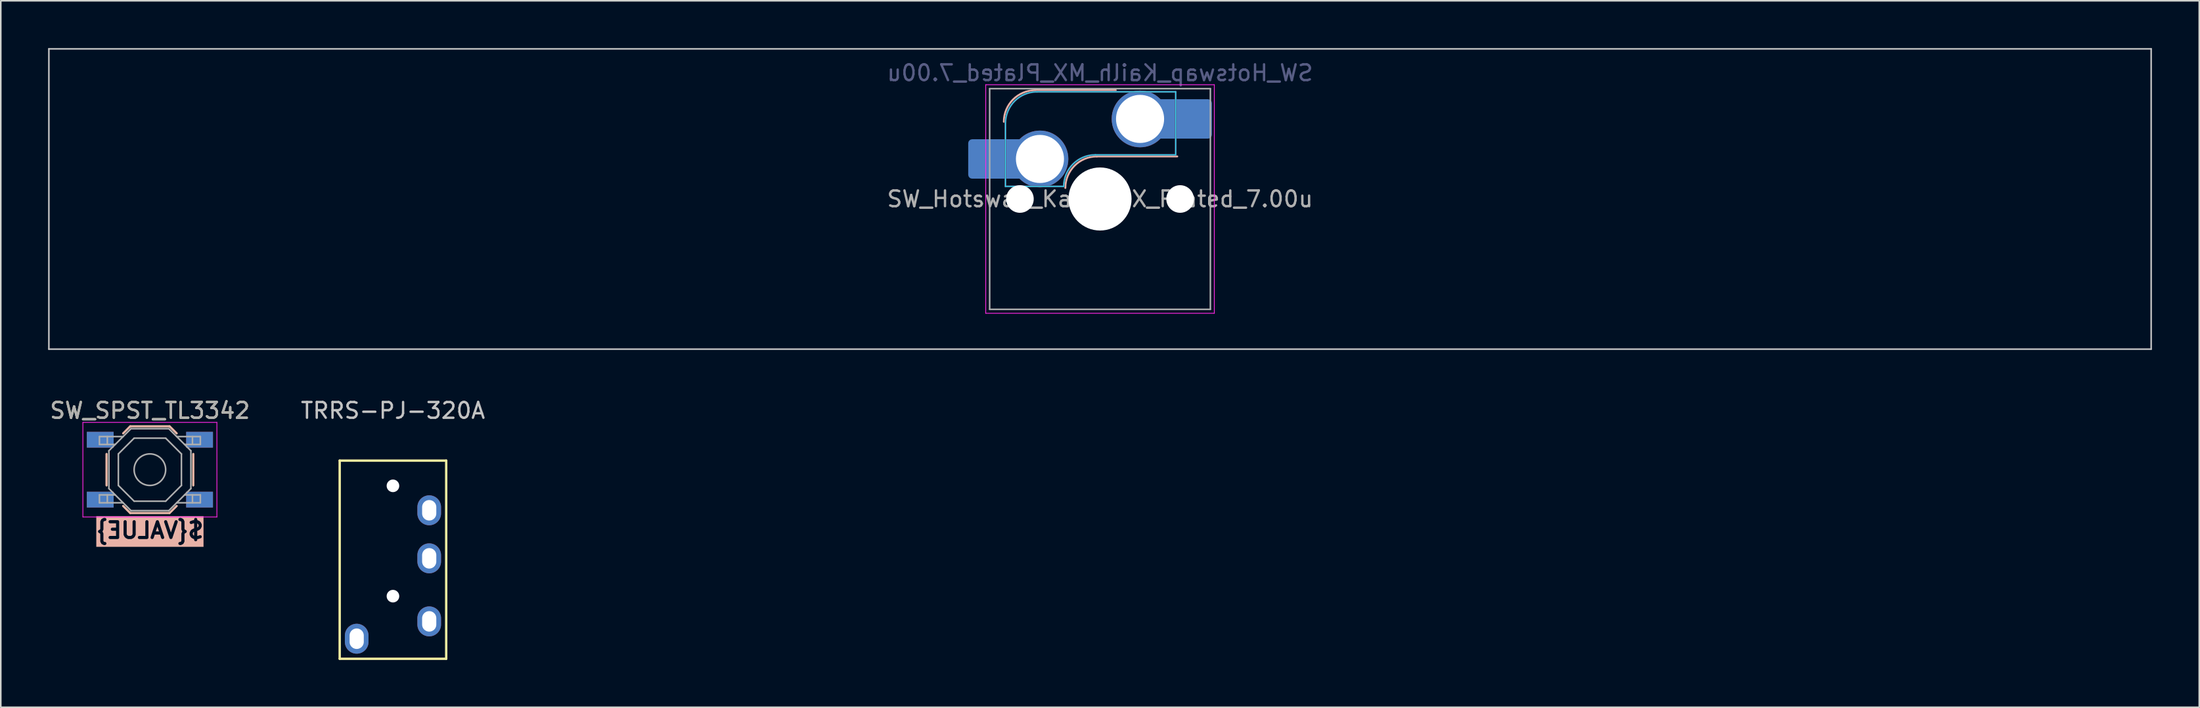
<source format=kicad_pcb>
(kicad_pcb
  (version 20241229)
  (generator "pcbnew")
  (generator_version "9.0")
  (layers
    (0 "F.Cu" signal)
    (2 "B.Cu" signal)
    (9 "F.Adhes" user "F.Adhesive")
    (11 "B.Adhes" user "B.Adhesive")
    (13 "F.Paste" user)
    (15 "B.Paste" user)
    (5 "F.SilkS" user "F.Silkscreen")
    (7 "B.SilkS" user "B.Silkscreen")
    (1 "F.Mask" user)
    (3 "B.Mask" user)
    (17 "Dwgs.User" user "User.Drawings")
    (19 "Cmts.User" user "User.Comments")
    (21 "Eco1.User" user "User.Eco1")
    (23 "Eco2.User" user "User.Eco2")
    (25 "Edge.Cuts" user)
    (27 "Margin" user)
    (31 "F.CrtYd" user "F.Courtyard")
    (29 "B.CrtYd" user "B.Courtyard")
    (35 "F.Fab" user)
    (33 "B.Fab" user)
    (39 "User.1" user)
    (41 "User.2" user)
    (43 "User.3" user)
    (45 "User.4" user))
  (footprint "TRRS-PJ-320A"
    (layer "F.Cu")
    (at 21.875 26.173)
    (property "Reference" "TRRS-PJ-320A" (at 0 -3.175 0) (layer "Dwgs.User") (effects (font (size 1 1) (thickness 0.15))))
    (attr through_hole)
    (fp_line (start -3.378 0) (end -3.378 12.573) (stroke (width 0.15) (type solid)) (layer "F.SilkS"))
    (fp_line (start -3.378 0) (end 3.378 0) (stroke (width 0.15) (type default)) (layer "F.SilkS"))
    (fp_line (start 3.378 0) (end 3.378 12.573) (stroke (width 0.15) (type solid)) (layer "F.SilkS"))
    (fp_line (start 3.378 12.573) (end -3.378 12.573) (stroke (width 0.15) (type solid)) (layer "F.SilkS"))
    (pad "" np_thru_hole circle (at 0 1.6) (size 0.8 0.8) (drill 0.8) (layers "*.Cu" "*.Mask"))
    (pad "" np_thru_hole circle (at 0 8.6) (size 0.8 0.8) (drill 0.8) (layers "*.Cu" "*.Mask"))
    (pad "1" thru_hole oval (at 2.3 10.2) (size 1.5 1.9) (drill oval 0.9 1.3) (layers "*.Cu" "B.Mask"))
    (pad "2" thru_hole oval (at 2.3 3.152) (size 1.5 1.9) (drill oval 0.9 1.3) (layers "*.Cu" "B.Mask"))
    (pad "3" thru_hole oval (at 2.3 6.2) (size 1.5 1.9) (drill oval 0.9 1.3) (layers "*.Cu" "B.Mask"))
    (pad "4" thru_hole oval (at -2.3 11.3) (size 1.5 1.9) (drill oval 0.9 1.3) (layers "*.Cu" "B.Mask")))
  (footprint "SW_Hotswap_Kailh_MX_Plated_7.00u"
    (layer "F.Cu")
    (at 66.725 9.575)
    (property "Reference" "SW_Hotswap_Kailh_MX_Plated_7.00u" (at 0 -8 0) (layer "B.Fab") (effects (font (size 1 1) (thickness 0.15)) (justify mirror)))
    (attr smd)
    (fp_line (start -4.1 -6.9) (end 1 -6.9) (stroke (width 0.12) (type solid)) (layer "B.SilkS"))
    (fp_line (start -0.2 -2.7) (end 4.9 -2.7) (stroke (width 0.12) (type solid)) (layer "B.SilkS"))
    (fp_arc (start -6.1 -4.9) (mid -5.514214 -6.314214) (end -4.1 -6.9) (stroke (width 0.12) (type solid)) (layer "B.SilkS"))
    (fp_arc (start -2.2 -0.7) (mid -1.614214 -2.114214) (end -0.2 -2.7) (stroke (width 0.12) (type solid)) (layer "B.SilkS"))
    (fp_line (start -66.675 -9.525) (end -66.675 9.525) (stroke (width 0.1) (type solid)) (layer "Dwgs.User"))
    (fp_line (start -66.675 9.525) (end 66.675 9.525) (stroke (width 0.1) (type solid)) (layer "Dwgs.User"))
    (fp_line (start 66.675 -9.525) (end -66.675 -9.525) (stroke (width 0.1) (type solid)) (layer "Dwgs.User"))
    (fp_line (start 66.675 9.525) (end 66.675 -9.525) (stroke (width 0.1) (type solid)) (layer "Dwgs.User"))
    (fp_line (start -7.8 -6) (end -7 -6) (stroke (width 0.1) (type solid)) (layer "Eco1.User"))
    (fp_line (start -7.8 -2.9) (end -7.8 -6) (stroke (width 0.1) (type solid)) (layer "Eco1.User"))
    (fp_line (start -7.8 2.9) (end -7 2.9) (stroke (width 0.1) (type solid)) (layer "Eco1.User"))
    (fp_line (start -7.8 6) (end -7.8 2.9) (stroke (width 0.1) (type solid)) (layer "Eco1.User"))
    (fp_line (start -7 -7) (end 7 -7) (stroke (width 0.1) (type solid)) (layer "Eco1.User"))
    (fp_line (start -7 -6) (end -7 -7) (stroke (width 0.1) (type solid)) (layer "Eco1.User"))
    (fp_line (start -7 -2.9) (end -7.8 -2.9) (stroke (width 0.1) (type solid)) (layer "Eco1.User"))
    (fp_line (start -7 2.9) (end -7 -2.9) (stroke (width 0.1) (type solid)) (layer "Eco1.User"))
    (fp_line (start -7 6) (end -7.8 6) (stroke (width 0.1) (type solid)) (layer "Eco1.User"))
    (fp_line (start -7 7) (end -7 6) (stroke (width 0.1) (type solid)) (layer "Eco1.User"))
    (fp_line (start 7 -7) (end 7 -6) (stroke (width 0.1) (type solid)) (layer "Eco1.User"))
    (fp_line (start 7 -6) (end 7.8 -6) (stroke (width 0.1) (type solid)) (layer "Eco1.User"))
    (fp_line (start 7 -2.9) (end 7 2.9) (stroke (width 0.1) (type solid)) (layer "Eco1.User"))
    (fp_line (start 7 2.9) (end 7.8 2.9) (stroke (width 0.1) (type solid)) (layer "Eco1.User"))
    (fp_line (start 7 6) (end 7 7) (stroke (width 0.1) (type solid)) (layer "Eco1.User"))
    (fp_line (start 7 7) (end -7 7) (stroke (width 0.1) (type solid)) (layer "Eco1.User"))
    (fp_line (start 7.8 -6) (end 7.8 -2.9) (stroke (width 0.1) (type solid)) (layer "Eco1.User"))
    (fp_line (start 7.8 -2.9) (end 7 -2.9) (stroke (width 0.1) (type solid)) (layer "Eco1.User"))
    (fp_line (start 7.8 2.9) (end 7.8 6) (stroke (width 0.1) (type solid)) (layer "Eco1.User"))
    (fp_line (start 7.8 6) (end 7 6) (stroke (width 0.1) (type solid)) (layer "Eco1.User"))
    (fp_line (start -6 -0.8) (end -6 -4.8) (stroke (width 0.05) (type solid)) (layer "B.CrtYd"))
    (fp_line (start -6 -0.8) (end -2.3 -0.8) (stroke (width 0.05) (type solid)) (layer "B.CrtYd"))
    (fp_line (start -4 -6.8) (end 4.8 -6.8) (stroke (width 0.05) (type solid)) (layer "B.CrtYd"))
    (fp_line (start -0.3 -2.8) (end 4.8 -2.8) (stroke (width 0.05) (type solid)) (layer "B.CrtYd"))
    (fp_line (start 4.8 -6.8) (end 4.8 -2.8) (stroke (width 0.05) (type solid)) (layer "B.CrtYd"))
    (fp_arc (start -6 -4.8) (mid -5.414214 -6.214214) (end -4 -6.8) (stroke (width 0.05) (type solid)) (layer "B.CrtYd"))
    (fp_arc (start -2.3 -0.8) (mid -1.714214 -2.214214) (end -0.3 -2.8) (stroke (width 0.05) (type solid)) (layer "B.CrtYd"))
    (fp_line (start -7.25 -7.25) (end -7.25 7.25) (stroke (width 0.05) (type solid)) (layer "F.CrtYd"))
    (fp_line (start -7.25 7.25) (end 7.25 7.25) (stroke (width 0.05) (type solid)) (layer "F.CrtYd"))
    (fp_line (start 7.25 -7.25) (end -7.25 -7.25) (stroke (width 0.05) (type solid)) (layer "F.CrtYd"))
    (fp_line (start 7.25 7.25) (end 7.25 -7.25) (stroke (width 0.05) (type solid)) (layer "F.CrtYd"))
    (fp_line (start -6 -0.8) (end -6 -4.8) (stroke (width 0.12) (type solid)) (layer "B.Fab"))
    (fp_line (start -6 -0.8) (end -2.3 -0.8) (stroke (width 0.12) (type solid)) (layer "B.Fab"))
    (fp_line (start -4 -6.8) (end 4.8 -6.8) (stroke (width 0.12) (type solid)) (layer "B.Fab"))
    (fp_line (start -0.3 -2.8) (end 4.8 -2.8) (stroke (width 0.12) (type solid)) (layer "B.Fab"))
    (fp_line (start 4.8 -6.8) (end 4.8 -2.8) (stroke (width 0.12) (type solid)) (layer "B.Fab"))
    (fp_arc (start -6 -4.8) (mid -5.414214 -6.214214) (end -4 -6.8) (stroke (width 0.12) (type solid)) (layer "B.Fab"))
    (fp_arc (start -2.3 -0.8) (mid -1.714214 -2.214214) (end -0.3 -2.8) (stroke (width 0.12) (type solid)) (layer "B.Fab"))
    (fp_line (start -7 -7) (end -7 7) (stroke (width 0.1) (type solid)) (layer "F.Fab"))
    (fp_line (start -7 7) (end 7 7) (stroke (width 0.1) (type solid)) (layer "F.Fab"))
    (fp_line (start 7 -7) (end -7 -7) (stroke (width 0.1) (type solid)) (layer "F.Fab"))
    (fp_line (start 7 7) (end 7 -7) (stroke (width 0.1) (type solid)) (layer "F.Fab"))
    (fp_text user "${REFERENCE}" (at 0 0 0) (layer "F.Fab") (effects (font (size 1 1) (thickness 0.15))))
    (pad "" smd roundrect (at -7.085 -2.54) (size 2.55 2.5) (layers "B.Mask" "B.Paste") (roundrect_rratio 0.1))
    (pad "" np_thru_hole circle (at -5.08 0) (size 1.75 1.75) (drill 1.75) (layers "*.Cu" "*.Mask"))
    (pad "" np_thru_hole circle (at 0 0) (size 4 4) (drill 4) (layers "*.Cu" "*.Mask"))
    (pad "" np_thru_hole circle (at 5.08 0) (size 1.75 1.75) (drill 1.75) (layers "*.Cu" "*.Mask"))
    (pad "" smd roundrect (at 5.842 -5.08) (size 2.55 2.5) (layers "B.Mask" "B.Paste") (roundrect_rratio 0.1))
    (pad "1" smd roundrect (at -6.585 -2.54) (size 3.55 2.5) (layers "B.Cu") (roundrect_rratio 0.1))
    (pad "1" thru_hole circle (at -3.81 -2.54) (size 3.6 3.6) (drill 3.05) (layers "*.Cu" "*.Mask"))
    (pad "2" thru_hole circle (at 2.54 -5.08) (size 3.6 3.6) (drill 3.05) (layers "*.Cu" "*.Mask"))
    (pad "2" smd roundrect (at 5.32 -5.08) (size 3.55 2.5) (layers "B.Cu") (roundrect_rratio 0.1)))
  (footprint "SW_SPST_TL3342"
    (layer "F.Cu")
    (at 6.458 26.748)
    (property "Reference" "SW_SPST_TL3342" (at 0 -3.75 0) (layer "F.SilkS") (effects (font (size 1 1) (thickness 0.15))))
    (property "Value" "${VALUE}" (at 0 3.85 0) (layer "F.SilkS" knockout) (hide yes) (effects (font (size 1 1) (thickness 0.2) (bold yes))))
    (property "Value2" "${VALUE}" (at 0 3.85 0) (layer "B.SilkS" knockout) (effects (font (size 1 1) (thickness 0.2) (bold yes)) (justify mirror)))
    (attr smd)
    (fp_line (start -2.75 -1) (end -2.75 1) (stroke (width 0.12) (type solid)) (layer "F.SilkS"))
    (fp_line (start -1.7 -2.3) (end -1.25 -2.75) (stroke (width 0.12) (type solid)) (layer "F.SilkS"))
    (fp_line (start -1.7 2.3) (end -1.25 2.75) (stroke (width 0.12) (type solid)) (layer "F.SilkS"))
    (fp_line (start -1.25 -2.75) (end 1.25 -2.75) (stroke (width 0.12) (type solid)) (layer "F.SilkS"))
    (fp_line (start -1.25 2.75) (end 1.25 2.75) (stroke (width 0.12) (type solid)) (layer "F.SilkS"))
    (fp_line (start 1.7 -2.3) (end 1.25 -2.75) (stroke (width 0.12) (type solid)) (layer "F.SilkS"))
    (fp_line (start 1.7 2.3) (end 1.25 2.75) (stroke (width 0.12) (type solid)) (layer "F.SilkS"))
    (fp_line (start 2.75 -1) (end 2.75 1) (stroke (width 0.12) (type solid)) (layer "F.SilkS"))
    (fp_line (start -2.75 -1) (end -2.75 1) (stroke (width 0.12) (type solid)) (layer "B.SilkS"))
    (fp_line (start -1.7 -2.3) (end -1.25 -2.75) (stroke (width 0.12) (type solid)) (layer "B.SilkS"))
    (fp_line (start -1.7 2.3) (end -1.25 2.75) (stroke (width 0.12) (type solid)) (layer "B.SilkS"))
    (fp_line (start 1.25 -2.75) (end -1.25 -2.75) (stroke (width 0.12) (type solid)) (layer "B.SilkS"))
    (fp_line (start 1.25 2.75) (end -1.25 2.75) (stroke (width 0.12) (type solid)) (layer "B.SilkS"))
    (fp_line (start 1.7 -2.3) (end 1.25 -2.75) (stroke (width 0.12) (type solid)) (layer "B.SilkS"))
    (fp_line (start 1.7 2.3) (end 1.25 2.75) (stroke (width 0.12) (type solid)) (layer "B.SilkS"))
    (fp_line (start 2.75 -1) (end 2.75 1) (stroke (width 0.12) (type solid)) (layer "B.SilkS"))
    (fp_line (start -4.25 -3) (end 4.25 -3) (stroke (width 0.05) (type solid)) (layer "F.CrtYd"))
    (fp_line (start -4.25 3) (end -4.25 -3) (stroke (width 0.05) (type solid)) (layer "F.CrtYd"))
    (fp_line (start 4.25 -3) (end 4.25 3) (stroke (width 0.05) (type solid)) (layer "F.CrtYd"))
    (fp_line (start 4.25 3) (end -4.25 3) (stroke (width 0.05) (type solid)) (layer "F.CrtYd"))
    (fp_line (start -3.2 -2.1) (end -3.2 -1.6) (stroke (width 0.1) (type solid)) (layer "F.Fab"))
    (fp_line (start -3.2 -1.6) (end -2.2 -1.6) (stroke (width 0.1) (type solid)) (layer "F.Fab"))
    (fp_line (start -3.2 1.6) (end -2.2 1.6) (stroke (width 0.1) (type solid)) (layer "F.Fab"))
    (fp_line (start -3.2 2.1) (end -3.2 1.6) (stroke (width 0.1) (type solid)) (layer "F.Fab"))
    (fp_line (start -2.7 -2.1) (end -2.7 -1.6) (stroke (width 0.1) (type solid)) (layer "F.Fab"))
    (fp_line (start -2.7 2.1) (end -2.7 1.6) (stroke (width 0.1) (type solid)) (layer "F.Fab"))
    (fp_line (start -2.6 -1.2) (end -2.6 1.2) (stroke (width 0.1) (type solid)) (layer "F.Fab"))
    (fp_line (start -2.6 1.2) (end -1.2 2.6) (stroke (width 0.1) (type solid)) (layer "F.Fab"))
    (fp_line (start -2 -1) (end -1 -2) (stroke (width 0.1) (type solid)) (layer "F.Fab"))
    (fp_line (start -2 1) (end -2 -1) (stroke (width 0.1) (type solid)) (layer "F.Fab"))
    (fp_line (start -1.7 -2.1) (end -3.2 -2.1) (stroke (width 0.1) (type solid)) (layer "F.Fab"))
    (fp_line (start -1.7 2.1) (end -3.2 2.1) (stroke (width 0.1) (type solid)) (layer "F.Fab"))
    (fp_line (start -1.2 -2.6) (end -2.6 -1.2) (stroke (width 0.1) (type solid)) (layer "F.Fab"))
    (fp_line (start -1.2 2.6) (end 1.2 2.6) (stroke (width 0.1) (type solid)) (layer "F.Fab"))
    (fp_line (start -1 -2) (end 1 -2) (stroke (width 0.1) (type solid)) (layer "F.Fab"))
    (fp_line (start -1 2) (end -2 1) (stroke (width 0.1) (type solid)) (layer "F.Fab"))
    (fp_line (start 1 -2) (end 2 -1) (stroke (width 0.1) (type solid)) (layer "F.Fab"))
    (fp_line (start 1 2) (end -1 2) (stroke (width 0.1) (type solid)) (layer "F.Fab"))
    (fp_line (start 1.2 -2.6) (end -1.2 -2.6) (stroke (width 0.1) (type solid)) (layer "F.Fab"))
    (fp_line (start 1.2 2.6) (end 2.6 1.2) (stroke (width 0.1) (type solid)) (layer "F.Fab"))
    (fp_line (start 1.7 -2.1) (end 3.2 -2.1) (stroke (width 0.1) (type solid)) (layer "F.Fab"))
    (fp_line (start 1.7 2.1) (end 3.2 2.1) (stroke (width 0.1) (type solid)) (layer "F.Fab"))
    (fp_line (start 2 -1) (end 2 1) (stroke (width 0.1) (type solid)) (layer "F.Fab"))
    (fp_line (start 2 1) (end 1 2) (stroke (width 0.1) (type solid)) (layer "F.Fab"))
    (fp_line (start 2.6 -1.2) (end 1.2 -2.6) (stroke (width 0.1) (type solid)) (layer "F.Fab"))
    (fp_line (start 2.6 1.2) (end 2.6 -1.2) (stroke (width 0.1) (type solid)) (layer "F.Fab"))
    (fp_line (start 2.7 -2.1) (end 2.7 -1.6) (stroke (width 0.1) (type solid)) (layer "F.Fab"))
    (fp_line (start 2.7 2.1) (end 2.7 1.6) (stroke (width 0.1) (type solid)) (layer "F.Fab"))
    (fp_line (start 3.2 -2.1) (end 3.2 -1.6) (stroke (width 0.1) (type solid)) (layer "F.Fab"))
    (fp_line (start 3.2 -1.6) (end 2.2 -1.6) (stroke (width 0.1) (type solid)) (layer "F.Fab"))
    (fp_line (start 3.2 1.6) (end 2.2 1.6) (stroke (width 0.1) (type solid)) (layer "F.Fab"))
    (fp_line (start 3.2 2.1) (end 3.2 1.6) (stroke (width 0.1) (type solid)) (layer "F.Fab"))
    (fp_circle (center 0 0) (end 1 0) (stroke (width 0.1) (type solid)) (fill no) (layer "F.Fab"))
    (fp_text user "${REFERENCE}" (at 0 -3.75 0) (layer "F.Fab") (effects (font (size 1 1) (thickness 0.15))))
    (pad "1" smd rect (at -3.15 -1.9) (size 1.7 1) (layers "F.Cu" "F.Mask" "F.Paste"))
    (pad "1" smd rect (at -3.15 -1.9) (size 1.7 1) (layers "B.Cu" "B.Mask" "B.Paste"))
    (pad "1" smd rect (at 3.15 -1.9) (size 1.7 1) (layers "F.Cu" "F.Mask" "F.Paste"))
    (pad "1" smd rect (at 3.15 -1.9) (size 1.7 1) (layers "B.Cu" "B.Mask" "B.Paste"))
    (pad "2" smd rect (at -3.15 1.9) (size 1.7 1) (layers "F.Cu" "F.Mask" "F.Paste"))
    (pad "2" smd rect (at -3.15 1.9) (size 1.7 1) (layers "B.Cu" "B.Mask" "B.Paste"))
    (pad "2" smd rect (at 3.15 1.9) (size 1.7 1) (layers "F.Cu" "F.Mask" "F.Paste"))
    (pad "2" smd rect (at 3.15 1.9) (size 1.7 1) (layers "B.Cu" "B.Mask" "B.Paste")))
  (gr_rect
    (start -3 -3)
    (end 136.45 41.821)
    (stroke (width 0.1) (type default))
    (fill no)
    (layer "Edge.Cuts")))
</source>
